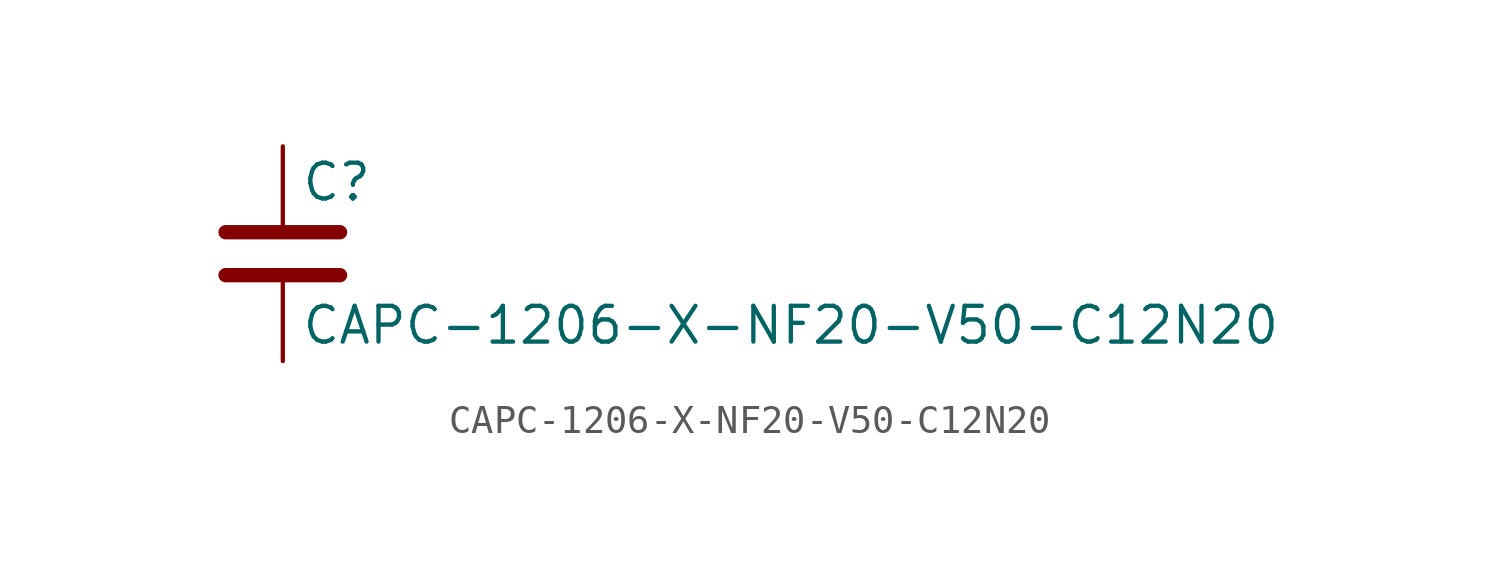
<source format=kicad_sym>
(kicad_symbol_lib
  (version 20211014)
  (generator kicad_symbol_editor)
  (symbol "CAPC-1206-X-NF20-V50-C12N20"
    (pin_numbers hide)
    (pin_names
      (offset 0.254))
    (property "Reference" "C"
      (at 0.635 2.54 0)
      (effects (font (size 1.27 1.27)) (justify left)))
    (property "Value" "CAPC-1206-X-NF20-V50-C12N20"
      (at 0.635 -2.54 0)
      (effects (font (size 1.27 1.27)) (justify left)))
    (symbol "CAPC-1206-X-NF20-V50-C12N20_0_1"
      (polyline (pts (xy -2.032 -0.762) (xy 2.032 -0.762)) (stroke (width 0.508) (type default) (color 0 0 0 0)) (fill (type none)))
      (polyline (pts (xy -2.032 0.762) (xy 2.032 0.762)) (stroke (width 0.508) (type default) (color 0 0 0 0)) (fill (type none))))
    (symbol "CAPC-1206-X-NF20-V50-C12N20_1_1"
      (pin passive line (at 0 3.81 270) (length 2.794) (name "~" (effects (font (size 1.27 1.27)))) (number "1" (effects (font (size 1.27 1.27)))))
      (pin passive line (at 0 -3.81 90) (length 2.794) (name "~" (effects (font (size 1.27 1.27)))) (number "2" (effects (font (size 1.27 1.27))))))))
</source>
